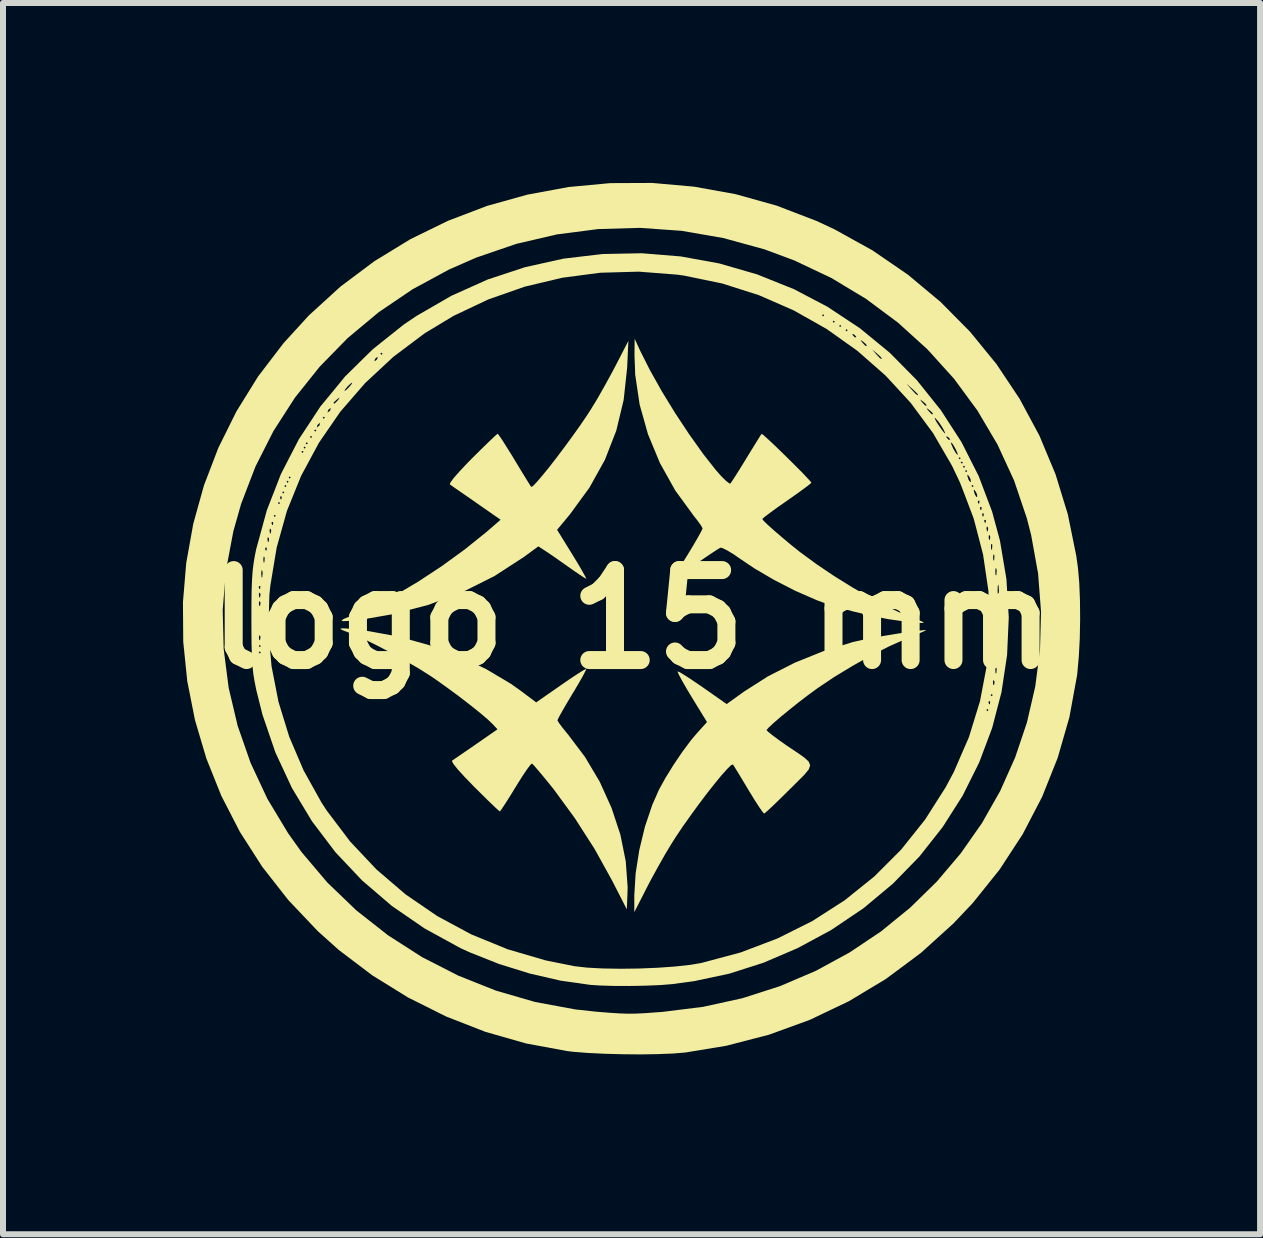
<source format=kicad_pcb>
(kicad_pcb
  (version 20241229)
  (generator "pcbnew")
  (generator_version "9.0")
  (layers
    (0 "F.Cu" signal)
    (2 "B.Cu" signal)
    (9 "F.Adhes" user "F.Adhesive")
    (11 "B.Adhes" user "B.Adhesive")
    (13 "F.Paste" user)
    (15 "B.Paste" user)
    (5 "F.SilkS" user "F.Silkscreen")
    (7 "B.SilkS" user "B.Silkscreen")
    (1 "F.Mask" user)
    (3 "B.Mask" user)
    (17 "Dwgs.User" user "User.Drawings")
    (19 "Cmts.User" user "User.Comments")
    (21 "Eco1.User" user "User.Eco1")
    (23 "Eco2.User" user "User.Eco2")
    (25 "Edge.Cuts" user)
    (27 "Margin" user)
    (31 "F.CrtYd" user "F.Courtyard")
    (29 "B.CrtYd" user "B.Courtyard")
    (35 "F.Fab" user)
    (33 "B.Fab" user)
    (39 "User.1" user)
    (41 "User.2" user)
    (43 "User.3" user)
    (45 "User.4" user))
  (footprint "logo 15 mm"
    (layer "F.Cu")
    (at 7.489 7.276)
    (property "Reference" "logo 15 mm" (at 0 0 0) (layer "F.SilkS") (effects (font (size 1.5 1.5) (thickness 0.3))))
    (attr board_only exclude_from_pos_files exclude_from_bom)
    (fp_poly (pts (xy -0.083 -4.198) (xy -0.141 -3.66) (xy -0.264 -3.148) (xy -0.454 -2.66) (xy -0.712 -2.196) (xy -1.035 -1.754) (xy -1.251 -1.493) (xy -0.999 -1.085) (xy -0.908 -0.936) (xy -0.835 -0.811) (xy -0.785 -0.721) (xy -0.764 -0.678) (xy -0.764 -0.676) (xy -0.799 -0.695) (xy -0.878 -0.747) (xy -0.989 -0.823) (xy -1.076 -0.884) (xy -1.212 -0.98) (xy -1.337 -1.067) (xy -1.433 -1.132) (xy -1.467 -1.154) (xy -1.564 -1.217) (xy -1.805 -1.04) (xy -2.297 -0.721) (xy -2.833 -0.453) (xy -3.405 -0.239) (xy -4.004 -0.084) (xy -4.377 -0.019) (xy -4.593 0.011) (xy -4.741 0.027) (xy -4.824 0.03) (xy -4.845 0.018) (xy -4.806 -0.008) (xy -4.71 -0.048) (xy -4.649 -0.071) (xy -4.316 -0.214) (xy -3.95 -0.402) (xy -3.565 -0.63) (xy -3.175 -0.887) (xy -2.792 -1.165) (xy -2.429 -1.457) (xy -2.351 -1.524) (xy -2.193 -1.661) (xy -2.597 -1.942) (xy -2.747 -2.047) (xy -2.878 -2.137) (xy -2.977 -2.206) (xy -3.033 -2.245) (xy -3.039 -2.249) (xy -3.029 -2.283) (xy -2.973 -2.359) (xy -2.874 -2.471) (xy -2.738 -2.615) (xy -2.669 -2.685) (xy -2.53 -2.823) (xy -2.41 -2.94) (xy -2.316 -3.03) (xy -2.257 -3.084) (xy -2.242 -3.095) (xy -2.218 -3.066) (xy -2.164 -2.987) (xy -2.089 -2.868) (xy -1.997 -2.721) (xy -1.96 -2.659) (xy -1.865 -2.502) (xy -1.783 -2.368) (xy -1.722 -2.269) (xy -1.687 -2.214) (xy -1.683 -2.208) (xy -1.654 -2.223) (xy -1.591 -2.288) (xy -1.5 -2.394) (xy -1.388 -2.531) (xy -1.263 -2.692) (xy -1.131 -2.868) (xy -0.998 -3.049) (xy -0.871 -3.227) (xy -0.757 -3.394) (xy -0.675 -3.522) (xy -0.579 -3.68) (xy -0.468 -3.875) (xy -0.355 -4.08) (xy -0.274 -4.233) (xy -0.063 -4.642)) (stroke (width 0) (type solid)) (fill yes) (layer "F.SilkS"))
    (fp_poly (pts (xy -4.76 0.152) (xy -4.615 0.168) (xy -4.403 0.195) (xy -4.4 0.195) (xy -3.896 0.287) (xy -3.39 0.428) (xy -2.898 0.61) (xy -2.436 0.828) (xy -2.02 1.075) (xy -1.853 1.194) (xy -1.6 1.384) (xy -1.189 1.098) (xy -1.041 0.996) (xy -0.914 0.912) (xy -0.82 0.853) (xy -0.77 0.826) (xy -0.764 0.825) (xy -0.777 0.858) (xy -0.82 0.941) (xy -0.888 1.061) (xy -0.974 1.207) (xy -0.998 1.245) (xy -1.089 1.398) (xy -1.165 1.529) (xy -1.219 1.626) (xy -1.244 1.679) (xy -1.245 1.683) (xy -1.223 1.723) (xy -1.166 1.8) (xy -1.085 1.9) (xy -1.072 1.915) (xy -0.785 2.295) (xy -0.54 2.708) (xy -0.343 3.144) (xy -0.196 3.59) (xy -0.106 4.036) (xy -0.075 4.468) (xy -0.078 4.578) (xy -0.089 4.834) (xy -0.333 4.357) (xy -0.624 3.831) (xy -0.955 3.315) (xy -1.306 2.835) (xy -1.376 2.748) (xy -1.482 2.618) (xy -1.573 2.51) (xy -1.639 2.434) (xy -1.67 2.403) (xy -1.696 2.425) (xy -1.752 2.499) (xy -1.828 2.612) (xy -1.918 2.755) (xy -1.942 2.794) (xy -2.034 2.944) (xy -2.113 3.069) (xy -2.172 3.158) (xy -2.203 3.2) (xy -2.206 3.202) (xy -2.236 3.178) (xy -2.307 3.112) (xy -2.411 3.012) (xy -2.538 2.886) (xy -2.633 2.792) (xy -2.788 2.632) (xy -2.905 2.504) (xy -2.978 2.413) (xy -3.005 2.363) (xy -3.002 2.356) (xy -2.959 2.326) (xy -2.87 2.265) (xy -2.749 2.182) (xy -2.607 2.084) (xy -2.604 2.082) (xy -2.245 1.833) (xy -2.323 1.749) (xy -2.412 1.664) (xy -2.547 1.55) (xy -2.715 1.416) (xy -2.902 1.272) (xy -3.097 1.129) (xy -3.284 0.996) (xy -3.356 0.947) (xy -3.549 0.825) (xy -3.775 0.693) (xy -4.016 0.56) (xy -4.256 0.434) (xy -4.479 0.325) (xy -4.668 0.242) (xy -4.745 0.212) (xy -4.832 0.179) (xy -4.865 0.158) (xy -4.843 0.149)) (stroke (width 0) (type solid)) (fill yes) (layer "F.SilkS"))
    (fp_poly (pts (xy 4.882 0.191) (xy 4.807 0.224) (xy 4.69 0.274) (xy 4.554 0.33) (xy 4.286 0.449) (xy 3.985 0.602) (xy 3.672 0.777) (xy 3.367 0.962) (xy 3.093 1.146) (xy 3.068 1.164) (xy 2.921 1.272) (xy 2.767 1.39) (xy 2.616 1.511) (xy 2.477 1.625) (xy 2.362 1.724) (xy 2.28 1.8) (xy 2.242 1.843) (xy 2.241 1.847) (xy 2.269 1.876) (xy 2.344 1.936) (xy 2.454 2.017) (xy 2.57 2.099) (xy 2.747 2.217) (xy 2.871 2.304) (xy 2.945 2.373) (xy 2.968 2.435) (xy 2.943 2.504) (xy 2.869 2.593) (xy 2.748 2.714) (xy 2.626 2.835) (xy 2.488 2.971) (xy 2.368 3.088) (xy 2.274 3.176) (xy 2.215 3.228) (xy 2.2 3.237) (xy 2.173 3.208) (xy 2.118 3.13) (xy 2.042 3.012) (xy 1.953 2.867) (xy 1.935 2.837) (xy 1.845 2.687) (xy 1.768 2.559) (xy 1.711 2.467) (xy 1.682 2.421) (xy 1.68 2.419) (xy 1.648 2.432) (xy 1.583 2.496) (xy 1.489 2.601) (xy 1.376 2.739) (xy 1.247 2.902) (xy 1.112 3.081) (xy 0.975 3.269) (xy 0.843 3.455) (xy 0.724 3.633) (xy 0.658 3.737) (xy 0.552 3.913) (xy 0.433 4.123) (xy 0.316 4.336) (xy 0.242 4.478) (xy 0.036 4.882) (xy 0.036 4.602) (xy 0.058 4.237) (xy 0.119 3.847) (xy 0.213 3.457) (xy 0.336 3.092) (xy 0.448 2.838) (xy 0.557 2.641) (xy 0.692 2.423) (xy 0.839 2.206) (xy 0.982 2.014) (xy 1.081 1.897) (xy 1.248 1.712) (xy 0.994 1.298) (xy 0.903 1.146) (xy 0.829 1.017) (xy 0.778 0.921) (xy 0.757 0.871) (xy 0.757 0.867) (xy 0.791 0.88) (xy 0.871 0.928) (xy 0.987 1.003) (xy 1.128 1.099) (xy 1.175 1.131) (xy 1.576 1.412) (xy 1.864 1.205) (xy 2.262 0.951) (xy 2.71 0.723) (xy 3.188 0.53) (xy 3.677 0.379) (xy 3.699 0.374) (xy 3.829 0.344) (xy 3.999 0.311) (xy 4.192 0.276) (xy 4.391 0.243) (xy 4.579 0.214) (xy 4.741 0.192) (xy 4.86 0.18) (xy 4.902 0.178)) (stroke (width 0) (type solid)) (fill yes) (layer "F.SilkS"))
    (fp_poly (pts (xy 0.132 -4.482) (xy 0.295 -4.158) (xy 0.494 -3.803) (xy 0.718 -3.438) (xy 0.954 -3.081) (xy 1.188 -2.753) (xy 1.39 -2.496) (xy 1.486 -2.387) (xy 1.567 -2.307) (xy 1.622 -2.266) (xy 1.638 -2.264) (xy 1.666 -2.305) (xy 1.724 -2.394) (xy 1.802 -2.518) (xy 1.893 -2.666) (xy 1.905 -2.686) (xy 1.996 -2.834) (xy 2.073 -2.959) (xy 2.129 -3.049) (xy 2.157 -3.092) (xy 2.158 -3.093) (xy 2.186 -3.075) (xy 2.253 -3.015) (xy 2.35 -2.925) (xy 2.465 -2.814) (xy 2.59 -2.692) (xy 2.713 -2.57) (xy 2.825 -2.458) (xy 2.914 -2.364) (xy 2.972 -2.301) (xy 2.988 -2.277) (xy 2.96 -2.252) (xy 2.884 -2.194) (xy 2.771 -2.111) (xy 2.63 -2.012) (xy 2.579 -1.976) (xy 2.431 -1.873) (xy 2.308 -1.783) (xy 2.218 -1.716) (xy 2.173 -1.677) (xy 2.17 -1.673) (xy 2.196 -1.639) (xy 2.267 -1.57) (xy 2.373 -1.476) (xy 2.502 -1.365) (xy 2.644 -1.246) (xy 2.789 -1.13) (xy 2.81 -1.114) (xy 3.073 -0.921) (xy 3.365 -0.724) (xy 3.672 -0.533) (xy 3.98 -0.356) (xy 4.275 -0.201) (xy 4.541 -0.077) (xy 4.72 -0.007) (xy 4.814 0.028) (xy 4.859 0.05) (xy 4.85 0.06) (xy 4.782 0.058) (xy 4.652 0.047) (xy 4.5 0.03) (xy 4.261 -0.005) (xy 3.984 -0.061) (xy 3.693 -0.13) (xy 3.413 -0.207) (xy 3.168 -0.286) (xy 3.075 -0.321) (xy 2.722 -0.475) (xy 2.367 -0.657) (xy 2.035 -0.852) (xy 1.818 -0.998) (xy 1.69 -1.086) (xy 1.579 -1.153) (xy 1.5 -1.191) (xy 1.472 -1.195) (xy 1.426 -1.168) (xy 1.335 -1.109) (xy 1.211 -1.026) (xy 1.07 -0.928) (xy 1.067 -0.926) (xy 0.929 -0.83) (xy 0.812 -0.751) (xy 0.73 -0.697) (xy 0.694 -0.676) (xy 0.693 -0.676) (xy 0.705 -0.704) (xy 0.748 -0.782) (xy 0.816 -0.898) (xy 0.902 -1.041) (xy 0.926 -1.079) (xy 1.018 -1.231) (xy 1.094 -1.362) (xy 1.148 -1.459) (xy 1.173 -1.512) (xy 1.174 -1.516) (xy 1.153 -1.558) (xy 1.097 -1.637) (xy 1.027 -1.726) (xy 0.718 -2.15) (xy 0.463 -2.607) (xy 0.264 -3.087) (xy 0.125 -3.581) (xy 0.051 -4.079) (xy 0.039 -4.411) (xy 0.042 -4.678)) (stroke (width 0) (type solid)) (fill yes) (layer "F.SilkS"))
    (fp_poly (pts (xy 1.032 -7.214) (xy 1.725 -7.089) (xy 2.408 -6.898) (xy 3.075 -6.642) (xy 3.375 -6.502) (xy 4.008 -6.151) (xy 4.597 -5.747) (xy 5.14 -5.294) (xy 5.633 -4.796) (xy 6.074 -4.256) (xy 6.46 -3.677) (xy 6.789 -3.065) (xy 7.058 -2.421) (xy 7.264 -1.751) (xy 7.405 -1.057) (xy 7.433 -0.855) (xy 7.454 -0.613) (xy 7.466 -0.323) (xy 7.469 -0.007) (xy 7.463 0.315) (xy 7.447 0.619) (xy 7.423 0.885) (xy 7.418 0.932) (xy 7.29 1.631) (xy 7.095 2.308) (xy 6.835 2.959) (xy 6.511 3.582) (xy 6.125 4.173) (xy 5.678 4.73) (xy 5.356 5.07) (xy 4.814 5.561) (xy 4.232 5.994) (xy 3.614 6.366) (xy 2.962 6.677) (xy 2.28 6.925) (xy 1.569 7.109) (xy 0.89 7.221) (xy 0.687 7.238) (xy 0.432 7.248) (xy 0.142 7.253) (xy -0.163 7.25) (xy -0.465 7.242) (xy -0.747 7.228) (xy -0.988 7.209) (xy -1.085 7.197) (xy -1.77 7.07) (xy -2.446 6.877) (xy -3.104 6.62) (xy -3.736 6.304) (xy -4.335 5.933) (xy -4.892 5.511) (xy -5.24 5.199) (xy -5.733 4.679) (xy -6.166 4.126) (xy -6.538 3.546) (xy -6.849 2.942) (xy -7.099 2.318) (xy -7.288 1.68) (xy -7.417 1.03) (xy -7.484 0.374) (xy -7.488 -0.16) (xy -6.826 -0.16) (xy -6.81 0.493) (xy -6.727 1.139) (xy -6.577 1.774) (xy -6.361 2.393) (xy -6.081 2.992) (xy -5.736 3.565) (xy -5.513 3.878) (xy -5.081 4.388) (xy -4.598 4.852) (xy -4.07 5.267) (xy -3.502 5.631) (xy -2.9 5.939) (xy -2.27 6.19) (xy -1.617 6.379) (xy -0.948 6.503) (xy -0.598 6.541) (xy -0.384 6.558) (xy -0.218 6.569) (xy -0.08 6.574) (xy 0.054 6.573) (xy 0.205 6.566) (xy 0.395 6.552) (xy 0.498 6.545) (xy 1.182 6.46) (xy 1.839 6.316) (xy 2.467 6.114) (xy 3.064 5.859) (xy 3.626 5.553) (xy 4.151 5.201) (xy 4.637 4.805) (xy 5.081 4.37) (xy 5.48 3.899) (xy 5.833 3.395) (xy 6.136 2.861) (xy 6.386 2.301) (xy 6.582 1.719) (xy 6.721 1.118) (xy 6.8 0.502) (xy 6.817 -0.127) (xy 6.768 -0.764) (xy 6.652 -1.407) (xy 6.58 -1.687) (xy 6.367 -2.316) (xy 6.091 -2.915) (xy 5.756 -3.482) (xy 5.366 -4.012) (xy 4.923 -4.502) (xy 4.432 -4.947) (xy 3.897 -5.345) (xy 3.32 -5.692) (xy 2.706 -5.983) (xy 2.206 -6.169) (xy 1.517 -6.358) (xy 0.823 -6.478) (xy 0.128 -6.527) (xy -0.566 -6.507) (xy -1.254 -6.418) (xy -1.932 -6.26) (xy -2.598 -6.032) (xy -3.054 -5.832) (xy -3.661 -5.503) (xy -4.224 -5.122) (xy -4.741 -4.691) (xy -5.208 -4.214) (xy -5.622 -3.696) (xy -5.98 -3.14) (xy -6.28 -2.548) (xy -6.519 -1.926) (xy -6.649 -1.467) (xy -6.772 -0.815) (xy -6.826 -0.16) (xy -7.488 -0.16) (xy -7.489 -0.285) (xy -7.434 -0.942) (xy -7.317 -1.593) (xy -7.139 -2.233) (xy -6.899 -2.859) (xy -6.598 -3.466) (xy -6.236 -4.05) (xy -5.811 -4.606) (xy -5.391 -5.066) (xy -4.864 -5.547) (xy -4.298 -5.971) (xy -3.698 -6.338) (xy -3.07 -6.645) (xy -2.417 -6.894) (xy -1.746 -7.081) (xy -1.06 -7.208) (xy -0.365 -7.273) (xy 0.334 -7.276)) (stroke (width 0) (type solid)) (fill yes) (layer "F.SilkS"))
    (fp_poly (pts (xy 0.809 -6.051) (xy 1.453 -5.934) (xy 2.085 -5.751) (xy 2.7 -5.504) (xy 3.256 -5.212) (xy 3.797 -4.854) (xy 4.296 -4.444) (xy 4.747 -3.987) (xy 5.146 -3.489) (xy 5.491 -2.955) (xy 5.777 -2.39) (xy 6.001 -1.798) (xy 6.132 -1.314) (xy 6.24 -0.671) (xy 6.279 -0.033) (xy 6.251 0.596) (xy 6.158 1.212) (xy 6.002 1.811) (xy 5.785 2.388) (xy 5.509 2.941) (xy 5.176 3.464) (xy 4.789 3.954) (xy 4.348 4.406) (xy 3.857 4.816) (xy 3.317 5.18) (xy 2.761 5.48) (xy 2.189 5.725) (xy 1.619 5.907) (xy 1.031 6.032) (xy 0.668 6.081) (xy 0.47 6.097) (xy 0.225 6.107) (xy -0.041 6.112) (xy -0.304 6.111) (xy -0.541 6.104) (xy -0.694 6.094) (xy -1.189 6.024) (xy -1.706 5.905) (xy -2.223 5.744) (xy -2.716 5.548) (xy -2.866 5.479) (xy -3.459 5.154) (xy -4.006 4.778) (xy -4.502 4.353) (xy -4.947 3.882) (xy -5.337 3.367) (xy -5.672 2.811) (xy -5.948 2.218) (xy -6.163 1.589) (xy -6.267 1.174) (xy -6.294 1.04) (xy -6.315 0.914) (xy -6.329 0.784) (xy -6.339 0.636) (xy -6.341 0.551) (xy -6.225 0.551) (xy -6.208 0.569) (xy -6.19 0.551) (xy -6.208 0.534) (xy -6.225 0.551) (xy -6.341 0.551) (xy -6.344 0.455) (xy -6.345 0.445) (xy -6.225 0.445) (xy -6.208 0.462) (xy -6.19 0.445) (xy -6.208 0.427) (xy -6.225 0.445) (xy -6.345 0.445) (xy -6.346 0.299) (xy -6.223 0.299) (xy -6.216 0.346) (xy -6.204 0.346) (xy -6.196 0.298) (xy -6.201 0.278) (xy -6.217 0.264) (xy -6.223 0.299) (xy -6.346 0.299) (xy -6.347 0.229) (xy -6.347 0.184) (xy -6.064 0.184) (xy -6.012 0.781) (xy -5.896 1.375) (xy -5.717 1.957) (xy -5.477 2.519) (xy -5.18 3.052) (xy -5.093 3.186) (xy -4.702 3.703) (xy -4.262 4.17) (xy -3.776 4.586) (xy -3.247 4.948) (xy -2.68 5.253) (xy -2.076 5.5) (xy -1.441 5.686) (xy -0.963 5.782) (xy -0.753 5.806) (xy -0.491 5.82) (xy -0.194 5.825) (xy 0.119 5.821) (xy 0.43 5.808) (xy 0.721 5.787) (xy 0.976 5.759) (xy 1.152 5.729) (xy 1.807 5.554) (xy 2.425 5.319) (xy 3.005 5.029) (xy 3.544 4.683) (xy 4.038 4.286) (xy 4.485 3.838) (xy 4.882 3.341) (xy 5.227 2.799) (xy 5.363 2.544) (xy 5.615 1.963) (xy 5.754 1.512) (xy 5.905 1.512) (xy 5.923 1.53) (xy 5.941 1.512) (xy 5.923 1.494) (xy 5.905 1.512) (xy 5.754 1.512) (xy 5.792 1.387) (xy 5.941 1.387) (xy 5.954 1.417) (xy 5.965 1.411) (xy 5.969 1.369) (xy 5.965 1.364) (xy 5.943 1.369) (xy 5.941 1.387) (xy 5.792 1.387) (xy 5.799 1.366) (xy 5.819 1.263) (xy 5.976 1.263) (xy 5.994 1.281) (xy 6.012 1.263) (xy 5.994 1.245) (xy 5.976 1.263) (xy 5.819 1.263) (xy 5.86 1.046) (xy 6.015 1.046) (xy 6.021 1.093) (xy 6.034 1.093) (xy 6.042 1.046) (xy 6.036 1.025) (xy 6.021 1.012) (xy 6.015 1.046) (xy 5.86 1.046) (xy 5.9 0.836) (xy 6.055 0.836) (xy 6.058 0.897) (xy 6.07 0.902) (xy 6.071 0.899) (xy 6.078 0.828) (xy 6.072 0.792) (xy 6.061 0.778) (xy 6.055 0.825) (xy 6.055 0.836) (xy 5.9 0.836) (xy 5.914 0.76) (xy 5.933 0.516) (xy 6.093 0.516) (xy 6.096 0.6) (xy 6.102 0.631) (xy 6.108 0.614) (xy 6.115 0.517) (xy 6.109 0.436) (xy 6.101 0.412) (xy 6.095 0.45) (xy 6.093 0.516) (xy 5.933 0.516) (xy 5.962 0.147) (xy 5.957 0) (xy 6.129 0) (xy 6.132 0.088) (xy 6.137 0.121) (xy 6.144 0.098) (xy 6.15 -0.017) (xy 6.144 -0.098) (xy 6.136 -0.12) (xy 6.131 -0.079) (xy 6.129 0) (xy 5.957 0) (xy 5.94 -0.468) (xy 5.939 -0.48) (xy 6.093 -0.48) (xy 6.096 -0.396) (xy 6.102 -0.365) (xy 6.108 -0.382) (xy 6.115 -0.48) (xy 6.109 -0.56) (xy 6.101 -0.584) (xy 6.095 -0.546) (xy 6.093 -0.48) (xy 5.939 -0.48) (xy 5.892 -0.8) (xy 6.055 -0.8) (xy 6.058 -0.74) (xy 6.07 -0.734) (xy 6.071 -0.737) (xy 6.078 -0.808) (xy 6.072 -0.844) (xy 6.061 -0.859) (xy 6.055 -0.811) (xy 6.055 -0.8) (xy 5.892 -0.8) (xy 5.858 -1.032) (xy 6.018 -1.032) (xy 6.023 -0.981) (xy 6.036 -0.987) (xy 6.04 -1.06) (xy 6.036 -1.076) (xy 6.023 -1.081) (xy 6.018 -1.032) (xy 5.858 -1.032) (xy 5.851 -1.08) (xy 5.817 -1.21) (xy 5.982 -1.21) (xy 5.988 -1.159) (xy 6 -1.165) (xy 6.005 -1.238) (xy 6 -1.254) (xy 5.987 -1.258) (xy 5.982 -1.21) (xy 5.817 -1.21) (xy 5.775 -1.373) (xy 5.944 -1.373) (xy 5.95 -1.326) (xy 5.962 -1.326) (xy 5.971 -1.373) (xy 5.965 -1.394) (xy 5.949 -1.408) (xy 5.944 -1.373) (xy 5.775 -1.373) (xy 5.738 -1.515) (xy 5.908 -1.515) (xy 5.915 -1.469) (xy 5.927 -1.468) (xy 5.935 -1.516) (xy 5.93 -1.536) (xy 5.914 -1.55) (xy 5.908 -1.515) (xy 5.738 -1.515) (xy 5.706 -1.636) (xy 5.87 -1.636) (xy 5.883 -1.607) (xy 5.893 -1.613) (xy 5.898 -1.655) (xy 5.893 -1.66) (xy 5.872 -1.655) (xy 5.87 -1.636) (xy 5.706 -1.636) (xy 5.693 -1.684) (xy 5.671 -1.743) (xy 5.834 -1.743) (xy 5.847 -1.714) (xy 5.858 -1.719) (xy 5.862 -1.762) (xy 5.858 -1.767) (xy 5.837 -1.762) (xy 5.834 -1.743) (xy 5.671 -1.743) (xy 5.63 -1.85) (xy 5.799 -1.85) (xy 5.812 -1.821) (xy 5.822 -1.826) (xy 5.827 -1.868) (xy 5.822 -1.874) (xy 5.801 -1.869) (xy 5.799 -1.85) (xy 5.63 -1.85) (xy 5.59 -1.957) (xy 5.763 -1.957) (xy 5.776 -1.927) (xy 5.787 -1.933) (xy 5.791 -1.975) (xy 5.787 -1.98) (xy 5.766 -1.975) (xy 5.763 -1.957) (xy 5.59 -1.957) (xy 5.518 -2.146) (xy 5.695 -2.146) (xy 5.714 -2.082) (xy 5.74 -2.041) (xy 5.753 -2.041) (xy 5.751 -2.081) (xy 5.732 -2.123) (xy 5.7 -2.165) (xy 5.695 -2.146) (xy 5.518 -2.146) (xy 5.488 -2.223) (xy 5.656 -2.223) (xy 5.674 -2.206) (xy 5.692 -2.223) (xy 5.674 -2.241) (xy 5.656 -2.223) (xy 5.488 -2.223) (xy 5.467 -2.278) (xy 5.412 -2.395) (xy 5.588 -2.395) (xy 5.607 -2.331) (xy 5.634 -2.291) (xy 5.646 -2.29) (xy 5.644 -2.33) (xy 5.625 -2.372) (xy 5.594 -2.414) (xy 5.588 -2.395) (xy 5.412 -2.395) (xy 5.375 -2.472) (xy 5.55 -2.472) (xy 5.567 -2.455) (xy 5.585 -2.472) (xy 5.567 -2.49) (xy 5.55 -2.472) (xy 5.375 -2.472) (xy 5.341 -2.544) (xy 5.514 -2.544) (xy 5.532 -2.526) (xy 5.55 -2.544) (xy 5.532 -2.561) (xy 5.514 -2.544) (xy 5.341 -2.544) (xy 5.331 -2.563) (xy 5.302 -2.615) (xy 5.478 -2.615) (xy 5.496 -2.597) (xy 5.514 -2.615) (xy 5.496 -2.632) (xy 5.478 -2.615) (xy 5.302 -2.615) (xy 5.26 -2.686) (xy 5.443 -2.686) (xy 5.461 -2.668) (xy 5.478 -2.686) (xy 5.461 -2.704) (xy 5.443 -2.686) (xy 5.26 -2.686) (xy 5.105 -2.953) (xy 5.317 -2.953) (xy 5.319 -2.925) (xy 5.348 -2.858) (xy 5.354 -2.846) (xy 5.396 -2.774) (xy 5.425 -2.74) (xy 5.427 -2.739) (xy 5.425 -2.767) (xy 5.396 -2.834) (xy 5.389 -2.846) (xy 5.348 -2.918) (xy 5.318 -2.952) (xy 5.317 -2.953) (xy 5.105 -2.953) (xy 5.049 -3.049) (xy 5.235 -3.049) (xy 5.244 -3.029) (xy 5.28 -2.991) (xy 5.3 -2.999) (xy 5.301 -3.004) (xy 5.275 -3.034) (xy 5.259 -3.045) (xy 5.235 -3.049) (xy 5.049 -3.049) (xy 5.017 -3.105) (xy 4.833 -3.354) (xy 5.043 -3.354) (xy 5.067 -3.304) (xy 5.104 -3.246) (xy 5.17 -3.151) (xy 5.21 -3.103) (xy 5.22 -3.105) (xy 5.194 -3.16) (xy 5.169 -3.204) (xy 5.111 -3.291) (xy 5.057 -3.353) (xy 5.054 -3.356) (xy 5.043 -3.354) (xy 4.833 -3.354) (xy 4.709 -3.522) (xy 4.912 -3.522) (xy 4.92 -3.503) (xy 4.94 -3.477) (xy 4.992 -3.422) (xy 5.015 -3.422) (xy 5.016 -3.429) (xy 4.992 -3.458) (xy 4.954 -3.491) (xy 4.912 -3.522) (xy 4.709 -3.522) (xy 4.646 -3.607) (xy 4.594 -3.664) (xy 4.805 -3.664) (xy 4.814 -3.645) (xy 4.834 -3.62) (xy 4.885 -3.564) (xy 4.909 -3.565) (xy 4.909 -3.571) (xy 4.885 -3.601) (xy 4.847 -3.633) (xy 4.805 -3.664) (xy 4.594 -3.664) (xy 4.348 -3.931) (xy 4.571 -3.931) (xy 4.658 -3.833) (xy 4.727 -3.759) (xy 4.761 -3.736) (xy 4.767 -3.747) (xy 4.743 -3.775) (xy 4.684 -3.831) (xy 4.669 -3.845) (xy 4.571 -3.931) (xy 4.348 -3.931) (xy 4.223 -4.066) (xy 3.754 -4.478) (xy 3.723 -4.5) (xy 4.002 -4.5) (xy 4.07 -4.42) (xy 4.133 -4.353) (xy 4.16 -4.343) (xy 4.162 -4.352) (xy 4.138 -4.381) (xy 4.082 -4.432) (xy 4.002 -4.5) (xy 3.723 -4.5) (xy 3.498 -4.66) (xy 3.809 -4.66) (xy 3.818 -4.642) (xy 3.837 -4.616) (xy 3.889 -4.56) (xy 3.913 -4.561) (xy 3.913 -4.567) (xy 3.889 -4.597) (xy 3.851 -4.629) (xy 3.809 -4.66) (xy 3.498 -4.66) (xy 3.362 -4.757) (xy 3.67 -4.757) (xy 3.679 -4.737) (xy 3.714 -4.699) (xy 3.735 -4.707) (xy 3.735 -4.711) (xy 3.71 -4.742) (xy 3.694 -4.753) (xy 3.67 -4.757) (xy 3.362 -4.757) (xy 3.272 -4.82) (xy 3.557 -4.82) (xy 3.575 -4.803) (xy 3.593 -4.82) (xy 3.575 -4.838) (xy 3.557 -4.82) (xy 3.272 -4.82) (xy 3.243 -4.841) (xy 3.154 -4.891) (xy 3.451 -4.891) (xy 3.468 -4.874) (xy 3.486 -4.891) (xy 3.468 -4.909) (xy 3.451 -4.891) (xy 3.154 -4.891) (xy 3.028 -4.963) (xy 3.344 -4.963) (xy 3.362 -4.945) (xy 3.38 -4.963) (xy 3.362 -4.98) (xy 3.344 -4.963) (xy 3.028 -4.963) (xy 2.839 -5.069) (xy 3.166 -5.069) (xy 3.184 -5.052) (xy 3.202 -5.069) (xy 3.184 -5.087) (xy 3.166 -5.069) (xy 2.839 -5.069) (xy 2.694 -5.151) (xy 2.113 -5.405) (xy 1.504 -5.599) (xy 0.872 -5.73) (xy 0.75 -5.747) (xy 0.111 -5.797) (xy -0.531 -5.779) (xy -1.168 -5.695) (xy -1.793 -5.546) (xy -2.398 -5.334) (xy -2.975 -5.061) (xy -3.456 -4.771) (xy -3.98 -4.378) (xy -4.451 -3.94) (xy -4.866 -3.461) (xy -5.222 -2.944) (xy -5.519 -2.392) (xy -5.755 -1.809) (xy -5.926 -1.198) (xy -6.032 -0.563) (xy -6.048 -0.407) (xy -6.064 0.184) (xy -6.347 0.184) (xy -6.348 0) (xy -6.347 -0.27) (xy -6.223 -0.27) (xy -6.216 -0.224) (xy -6.204 -0.223) (xy -6.196 -0.271) (xy -6.201 -0.291) (xy -6.217 -0.305) (xy -6.223 -0.27) (xy -6.347 -0.27) (xy -6.347 -0.274) (xy -6.345 -0.412) (xy -6.223 -0.412) (xy -6.216 -0.366) (xy -6.204 -0.365) (xy -6.196 -0.413) (xy -6.201 -0.434) (xy -6.217 -0.447) (xy -6.223 -0.412) (xy -6.345 -0.412) (xy -6.344 -0.491) (xy -6.342 -0.534) (xy -6.225 -0.534) (xy -6.212 -0.504) (xy -6.202 -0.51) (xy -6.198 -0.552) (xy -6.202 -0.557) (xy -6.223 -0.552) (xy -6.225 -0.534) (xy -6.342 -0.534) (xy -6.337 -0.665) (xy -6.33 -0.765) (xy -6.183 -0.765) (xy -6.179 -0.704) (xy -6.168 -0.699) (xy -6.167 -0.702) (xy -6.16 -0.773) (xy -6.165 -0.809) (xy -6.177 -0.823) (xy -6.183 -0.776) (xy -6.183 -0.765) (xy -6.33 -0.765) (xy -6.327 -0.809) (xy -6.311 -0.937) (xy -6.301 -0.996) (xy -6.149 -0.996) (xy -6.143 -0.946) (xy -6.131 -0.952) (xy -6.126 -1.024) (xy -6.131 -1.041) (xy -6.144 -1.045) (xy -6.149 -0.996) (xy -6.301 -0.996) (xy -6.29 -1.062) (xy -6.267 -1.174) (xy -6.119 -1.174) (xy -6.106 -1.145) (xy -6.095 -1.15) (xy -6.091 -1.192) (xy -6.095 -1.198) (xy -6.116 -1.193) (xy -6.119 -1.174) (xy -6.267 -1.174) (xy -6.222 -1.337) (xy -6.08 -1.337) (xy -6.074 -1.291) (xy -6.062 -1.29) (xy -6.053 -1.338) (xy -6.059 -1.358) (xy -6.075 -1.372) (xy -6.08 -1.337) (xy -6.222 -1.337) (xy -6.183 -1.479) (xy -6.045 -1.479) (xy -6.038 -1.433) (xy -6.026 -1.433) (xy -6.018 -1.48) (xy -6.023 -1.501) (xy -6.039 -1.514) (xy -6.045 -1.479) (xy -6.183 -1.479) (xy -6.15 -1.601) (xy -6.012 -1.601) (xy -5.999 -1.572) (xy -5.988 -1.577) (xy -5.984 -1.619) (xy -5.988 -1.625) (xy -6.009 -1.62) (xy -6.012 -1.601) (xy -6.15 -1.601) (xy -6.116 -1.725) (xy -5.976 -1.725) (xy -5.959 -1.708) (xy -5.941 -1.725) (xy -5.959 -1.743) (xy -5.976 -1.725) (xy -6.116 -1.725) (xy -6.092 -1.814) (xy -6.044 -1.939) (xy -5.905 -1.939) (xy -5.888 -1.921) (xy -5.87 -1.939) (xy -5.888 -1.957) (xy -5.905 -1.939) (xy -6.044 -1.939) (xy -6.009 -2.028) (xy -5.87 -2.028) (xy -5.857 -1.998) (xy -5.846 -2.004) (xy -5.842 -2.046) (xy -5.846 -2.051) (xy -5.867 -2.047) (xy -5.87 -2.028) (xy -6.009 -2.028) (xy -5.974 -2.117) (xy -5.834 -2.117) (xy -5.816 -2.099) (xy -5.799 -2.117) (xy -5.816 -2.134) (xy -5.834 -2.117) (xy -5.974 -2.117) (xy -5.933 -2.223) (xy -5.799 -2.223) (xy -5.781 -2.206) (xy -5.763 -2.223) (xy -5.781 -2.241) (xy -5.799 -2.223) (xy -5.933 -2.223) (xy -5.905 -2.295) (xy -5.763 -2.295) (xy -5.745 -2.277) (xy -5.727 -2.295) (xy -5.745 -2.312) (xy -5.763 -2.295) (xy -5.905 -2.295) (xy -5.878 -2.366) (xy -5.727 -2.366) (xy -5.71 -2.348) (xy -5.692 -2.366) (xy -5.71 -2.383) (xy -5.727 -2.366) (xy -5.878 -2.366) (xy -5.854 -2.425) (xy -5.665 -2.793) (xy -5.514 -2.793) (xy -5.496 -2.775) (xy -5.478 -2.793) (xy -5.496 -2.81) (xy -5.514 -2.793) (xy -5.665 -2.793) (xy -5.628 -2.864) (xy -5.478 -2.864) (xy -5.461 -2.846) (xy -5.443 -2.864) (xy -5.461 -2.882) (xy -5.478 -2.864) (xy -5.628 -2.864) (xy -5.591 -2.935) (xy -5.443 -2.935) (xy -5.425 -2.917) (xy -5.407 -2.935) (xy -5.425 -2.953) (xy -5.443 -2.935) (xy -5.591 -2.935) (xy -5.556 -3.004) (xy -5.531 -3.042) (xy -5.372 -3.042) (xy -5.354 -3.024) (xy -5.336 -3.042) (xy -5.354 -3.059) (xy -5.372 -3.042) (xy -5.531 -3.042) (xy -5.461 -3.148) (xy -5.301 -3.148) (xy -5.283 -3.131) (xy -5.265 -3.148) (xy -5.283 -3.166) (xy -5.301 -3.148) (xy -5.461 -3.148) (xy -5.424 -3.204) (xy -5.256 -3.204) (xy -5.251 -3.202) (xy -5.219 -3.227) (xy -5.212 -3.237) (xy -5.203 -3.271) (xy -5.207 -3.273) (xy -5.24 -3.248) (xy -5.247 -3.237) (xy -5.256 -3.204) (xy -5.424 -3.204) (xy -5.32 -3.362) (xy -5.158 -3.362) (xy -5.14 -3.344) (xy -5.123 -3.362) (xy -5.14 -3.38) (xy -5.158 -3.362) (xy -5.32 -3.362) (xy -5.26 -3.453) (xy -5.078 -3.453) (xy -5.074 -3.451) (xy -5.041 -3.476) (xy -5.034 -3.486) (xy -5.025 -3.52) (xy -5.03 -3.522) (xy -5.062 -3.497) (xy -5.069 -3.486) (xy -5.078 -3.453) (xy -5.26 -3.453) (xy -5.199 -3.547) (xy -5.15 -3.606) (xy -4.98 -3.606) (xy -4.963 -3.596) (xy -4.916 -3.641) (xy -4.905 -3.655) (xy -4.874 -3.697) (xy -4.892 -3.689) (xy -4.918 -3.669) (xy -4.967 -3.625) (xy -4.98 -3.606) (xy -5.15 -3.606) (xy -4.985 -3.806) (xy -4.796 -3.806) (xy -4.761 -3.83) (xy -4.714 -3.878) (xy -4.673 -3.929) (xy -4.667 -3.949) (xy -4.701 -3.925) (xy -4.749 -3.878) (xy -4.79 -3.826) (xy -4.796 -3.806) (xy -4.985 -3.806) (xy -4.787 -4.048) (xy -4.524 -4.307) (xy -4.296 -4.307) (xy -4.291 -4.304) (xy -4.258 -4.33) (xy -4.251 -4.34) (xy -4.242 -4.373) (xy -4.247 -4.376) (xy -4.279 -4.351) (xy -4.287 -4.34) (xy -4.296 -4.307) (xy -4.524 -4.307) (xy -4.4 -4.429) (xy -4.198 -4.429) (xy -4.18 -4.411) (xy -4.162 -4.429) (xy -4.18 -4.447) (xy -4.198 -4.429) (xy -4.4 -4.429) (xy -4.322 -4.505) (xy -3.809 -4.914) (xy -3.593 -5.06) (xy -3.013 -5.395) (xy -2.409 -5.666) (xy -1.784 -5.872) (xy -1.144 -6.014) (xy -0.495 -6.091) (xy 0.157 -6.104)) (stroke (width 0) (type solid)) (fill yes) (layer "F.SilkS")))
  (gr_rect
    (start -3 -3)
    (end 17.958 17.528)
    (stroke (width 0.1) (type default))
    (fill no)
    (layer "Edge.Cuts")))
</source>
